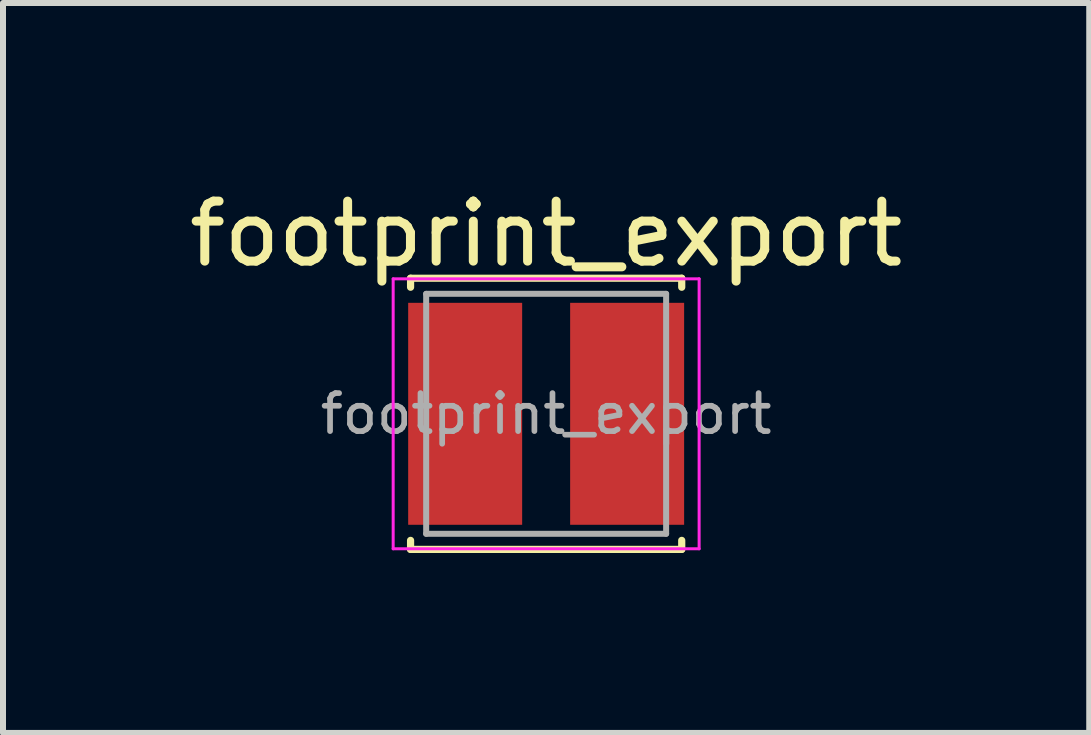
<source format=kicad_pcb>
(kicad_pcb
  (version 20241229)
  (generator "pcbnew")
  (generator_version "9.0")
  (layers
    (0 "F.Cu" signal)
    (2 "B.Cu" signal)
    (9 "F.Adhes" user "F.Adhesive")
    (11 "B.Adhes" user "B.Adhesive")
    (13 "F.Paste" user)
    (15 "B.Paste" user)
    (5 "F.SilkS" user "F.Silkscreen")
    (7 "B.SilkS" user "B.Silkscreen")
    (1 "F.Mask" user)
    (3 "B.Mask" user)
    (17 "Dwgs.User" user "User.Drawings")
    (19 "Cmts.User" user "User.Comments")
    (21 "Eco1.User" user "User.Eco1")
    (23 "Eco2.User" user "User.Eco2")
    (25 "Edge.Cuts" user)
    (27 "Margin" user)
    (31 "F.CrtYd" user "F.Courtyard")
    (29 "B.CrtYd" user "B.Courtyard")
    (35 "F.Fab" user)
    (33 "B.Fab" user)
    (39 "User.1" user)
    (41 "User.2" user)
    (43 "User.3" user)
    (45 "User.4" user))
  (footprint "footprint_export"
    (layer "F.Cu")
    (at 6.054 3.848)
    (property "Reference" "footprint_export" (at 0 -3 0) (layer "F.SilkS") (effects (font (size 1 1) (thickness 0.15))))
    (attr smd)
    (fp_line (start -2.26 -2.26) (end -2.26 -2.11) (stroke (width 0.12) (type solid)) (layer "F.SilkS"))
    (fp_line (start -2.26 -2.26) (end 2.26 -2.26) (stroke (width 0.12) (type solid)) (layer "F.SilkS"))
    (fp_line (start -2.26 2.26) (end -2.26 2.11) (stroke (width 0.12) (type solid)) (layer "F.SilkS"))
    (fp_line (start -2.26 2.26) (end 2.26 2.26) (stroke (width 0.12) (type solid)) (layer "F.SilkS"))
    (fp_line (start 2.26 -2.26) (end 2.26 -2.11) (stroke (width 0.12) (type solid)) (layer "F.SilkS"))
    (fp_line (start 2.26 2.26) (end 2.26 2.11) (stroke (width 0.12) (type solid)) (layer "F.SilkS"))
    (fp_line (start -2.55 -2.25) (end -2.55 2.25) (stroke (width 0.05) (type solid)) (layer "F.CrtYd"))
    (fp_line (start -2.55 2.25) (end 2.55 2.25) (stroke (width 0.05) (type solid)) (layer "F.CrtYd"))
    (fp_line (start 2.55 -2.25) (end -2.55 -2.25) (stroke (width 0.05) (type solid)) (layer "F.CrtYd"))
    (fp_line (start 2.55 2.25) (end 2.55 -2.25) (stroke (width 0.05) (type solid)) (layer "F.CrtYd"))
    (fp_line (start -2 -2) (end -2 2) (stroke (width 0.1) (type solid)) (layer "F.Fab"))
    (fp_line (start -2 2) (end 2 2) (stroke (width 0.1) (type solid)) (layer "F.Fab"))
    (fp_line (start 2 -2) (end -2 -2) (stroke (width 0.1) (type solid)) (layer "F.Fab"))
    (fp_line (start 2 2) (end 2 -2) (stroke (width 0.1) (type solid)) (layer "F.Fab"))
    (fp_text user "${REFERENCE}" (at 0 0 0) (layer "F.Fab") (effects (font (size 0.633 0.633) (thickness 0.095))))
    (pad "1" smd rect (at -1.35 0) (size 1.9 3.7) (layers "F.Cu" "F.Mask" "F.Paste"))
    (pad "2" smd rect (at 1.35 0) (size 1.9 3.7) (layers "F.Cu" "F.Mask" "F.Paste")))
  (gr_rect
    (start -3 -3)
    (end 15.107 9.168)
    (stroke (width 0.1) (type default))
    (fill no)
    (layer "Edge.Cuts")))
</source>
